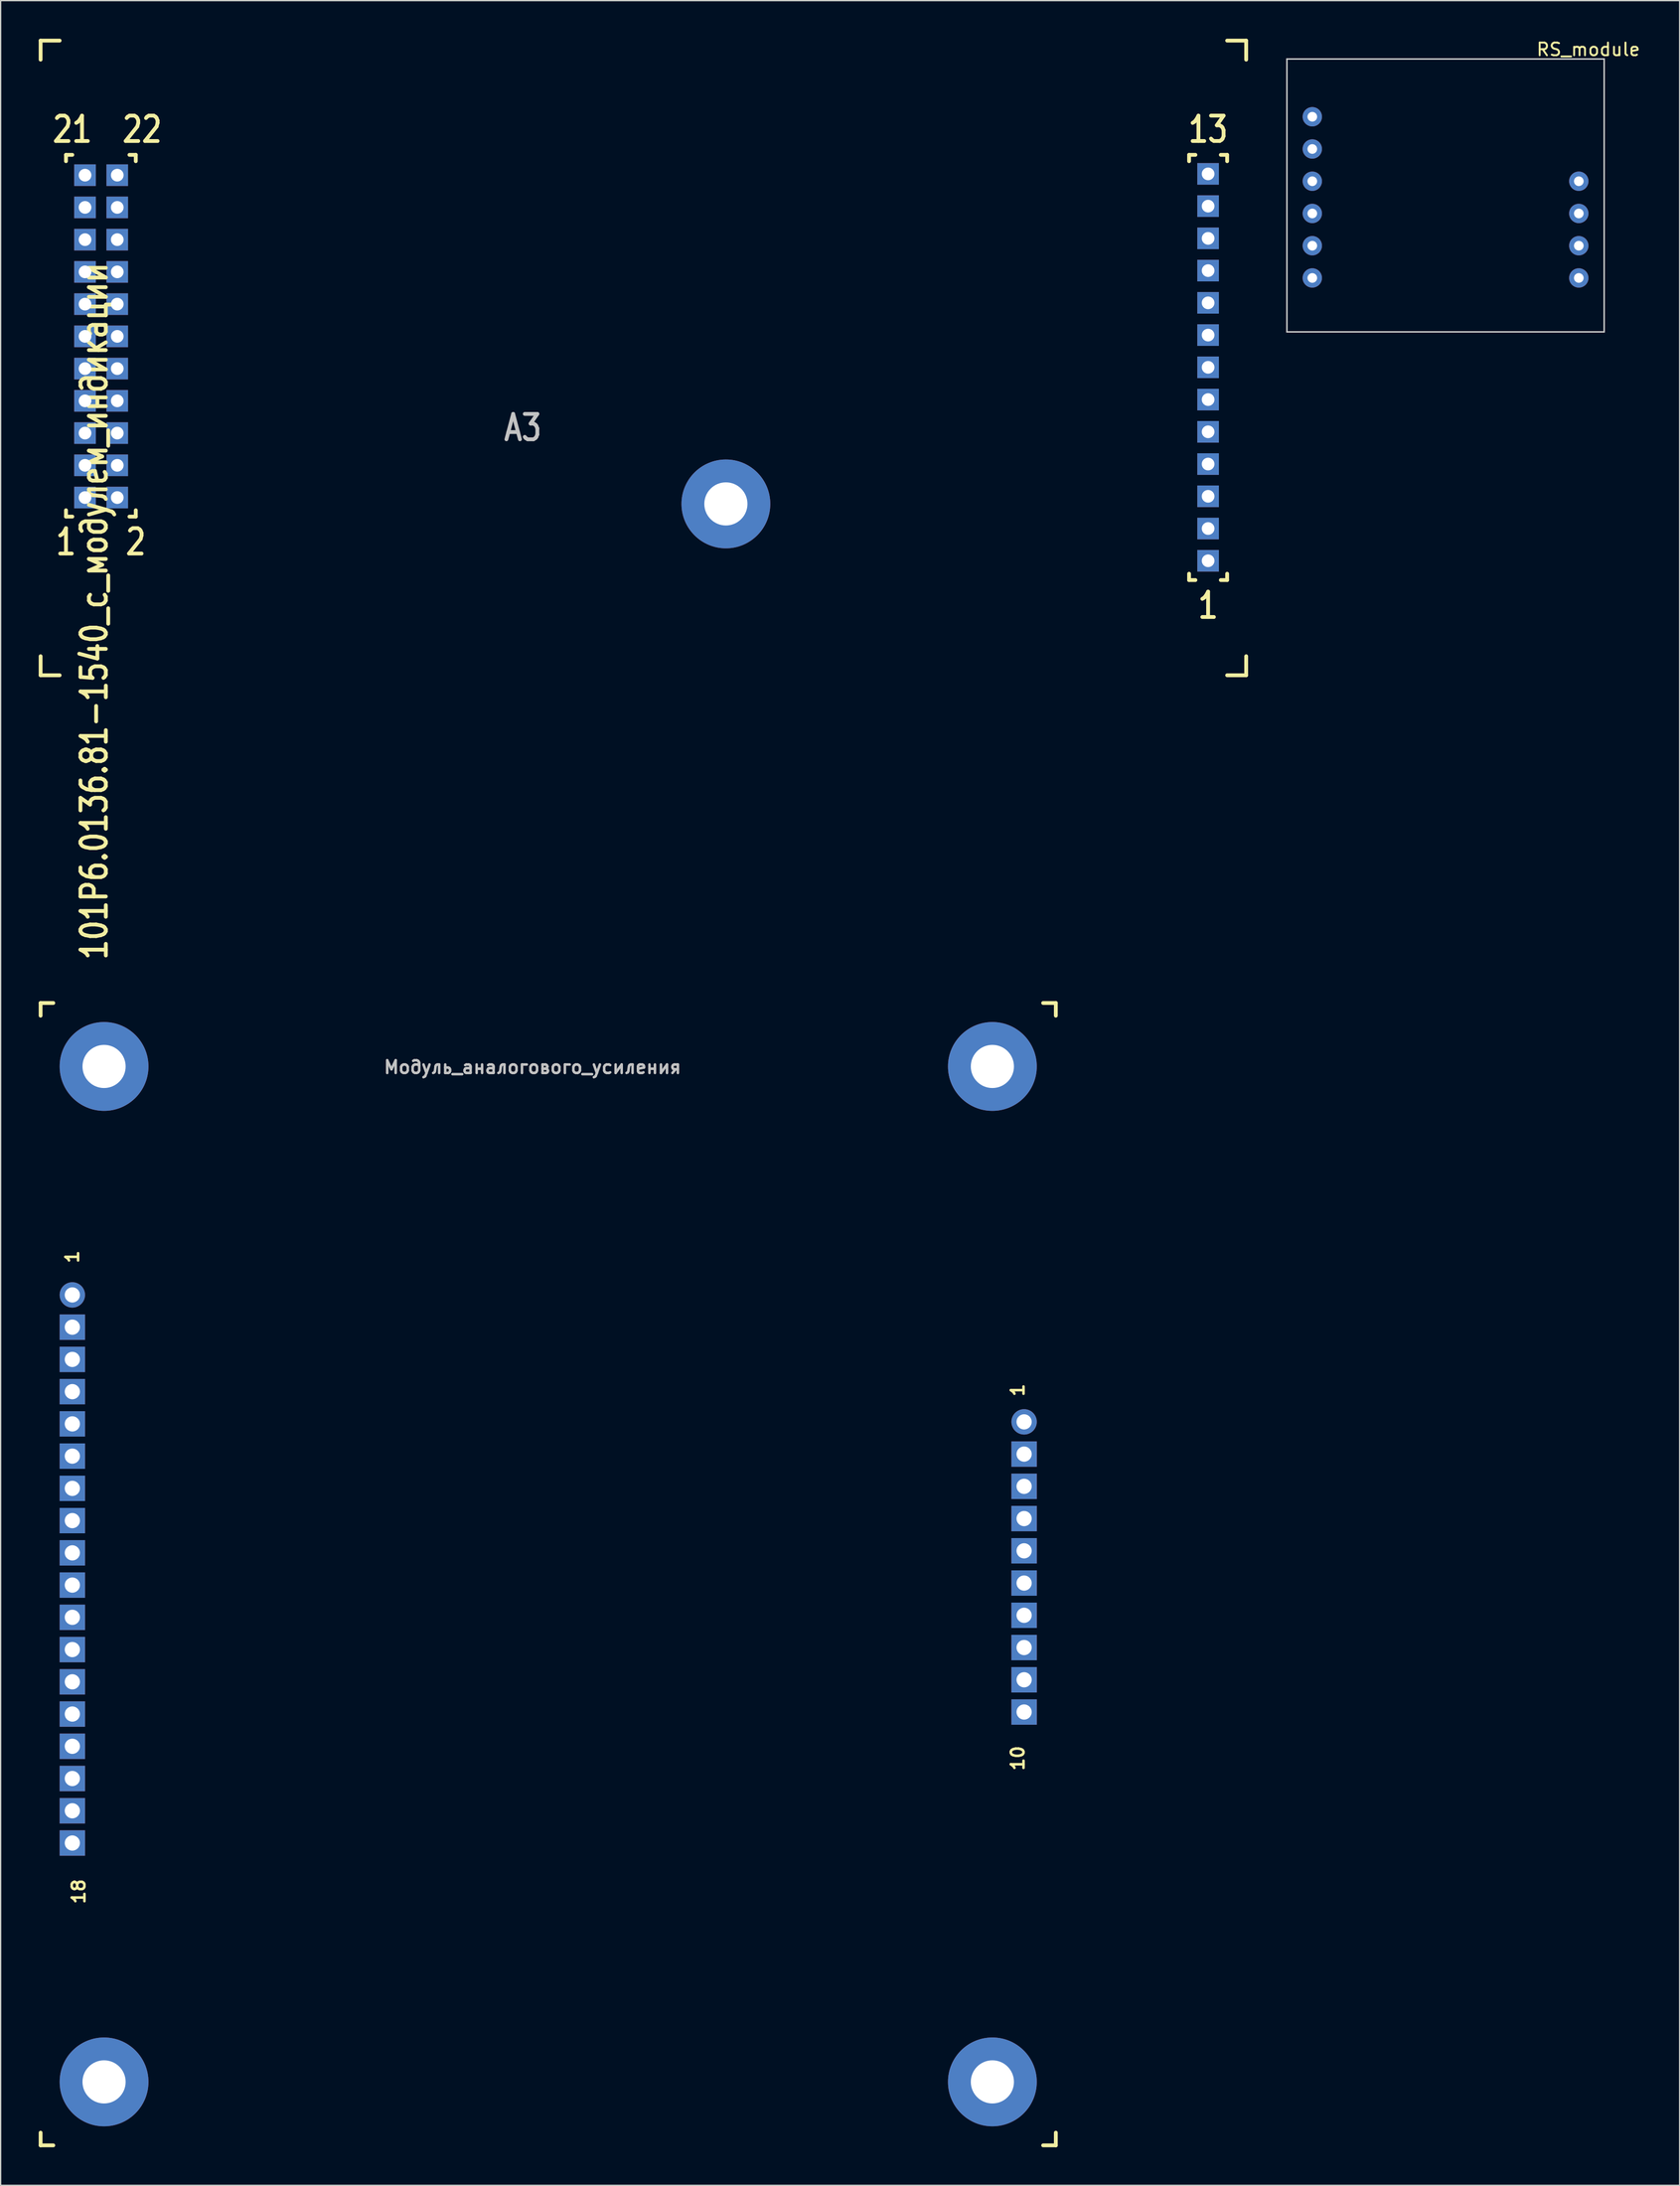
<source format=kicad_pcb>
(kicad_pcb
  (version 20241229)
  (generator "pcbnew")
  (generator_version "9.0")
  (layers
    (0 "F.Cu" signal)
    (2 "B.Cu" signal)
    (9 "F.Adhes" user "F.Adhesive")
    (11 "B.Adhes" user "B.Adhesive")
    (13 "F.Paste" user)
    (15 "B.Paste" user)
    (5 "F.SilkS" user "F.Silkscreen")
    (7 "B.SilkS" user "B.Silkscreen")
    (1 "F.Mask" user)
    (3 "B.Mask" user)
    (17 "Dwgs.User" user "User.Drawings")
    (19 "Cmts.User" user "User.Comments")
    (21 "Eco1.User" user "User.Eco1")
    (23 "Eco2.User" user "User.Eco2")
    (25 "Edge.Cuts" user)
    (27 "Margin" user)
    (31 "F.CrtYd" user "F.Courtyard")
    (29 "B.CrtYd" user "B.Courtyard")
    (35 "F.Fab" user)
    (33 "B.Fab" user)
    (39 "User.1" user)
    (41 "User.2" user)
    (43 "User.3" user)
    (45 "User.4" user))
  (footprint "Модуль_аналогового_усиления"
    (layer "F.Cu")
    (at 2.65 98.969)
    (property "Reference" "Модуль_аналогового_усиления" (at 36.265 -17.94 0) (layer "Dwgs.User") (effects (font (size 1 1) (thickness 0.2))))
    (attr through_hole)
    (fp_line (start -2.5 -23) (end -1.5 -23) (stroke (width 0.3) (type solid)) (layer "F.SilkS"))
    (fp_line (start -2.5 -22) (end -2.5 -23) (stroke (width 0.3) (type solid)) (layer "F.SilkS"))
    (fp_line (start -2.5 67) (end -2.5 66) (stroke (width 0.3) (type solid)) (layer "F.SilkS"))
    (fp_line (start -1.5 67) (end -2.5 67) (stroke (width 0.3) (type solid)) (layer "F.SilkS"))
    (fp_line (start 76.5 -23) (end 77.5 -23) (stroke (width 0.3) (type solid)) (layer "F.SilkS"))
    (fp_line (start 76.5 67) (end 77.5 67) (stroke (width 0.3) (type solid)) (layer "F.SilkS"))
    (fp_line (start 77.5 -23) (end 77.5 -22) (stroke (width 0.3) (type solid)) (layer "F.SilkS"))
    (fp_line (start 77.5 67) (end 77.5 66) (stroke (width 0.3) (type solid)) (layer "F.SilkS"))
    (fp_text user "1" (at 74.5 7.5 90) (layer "F.SilkS") (effects (font (size 1 1) (thickness 0.2))))
    (fp_text user "1" (at 0 -3 90) (layer "F.SilkS") (effects (font (size 1 1) (thickness 0.2))))
    (fp_text user "18" (at 0.5 47 90) (layer "F.SilkS") (effects (font (size 1 1) (thickness 0.2))))
    (fp_text user "10" (at 74.5 36.5 90) (layer "F.SilkS") (effects (font (size 1 1) (thickness 0.2))))
    (pad "" thru_hole circle (at 2.5 -18) (size 7 7) (drill 3.4) (layers "*.Cu" "*.Mask"))
    (pad "" thru_hole circle (at 2.5 62) (size 7 7) (drill 3.4) (layers "*.Cu" "*.Mask"))
    (pad "" thru_hole circle (at 72.5 -18) (size 7 7) (drill 3.4) (layers "*.Cu" "*.Mask"))
    (pad "" thru_hole circle (at 72.5 62) (size 7 7) (drill 3.4) (layers "*.Cu" "*.Mask"))
    (pad "1" thru_hole rect (at 0 2.54) (size 2 2) (drill 1.2) (layers "*.Cu" "*.Mask"))
    (pad "2" thru_hole circle (at 0 0) (size 2 2) (drill 1.2) (layers "*.Cu" "*.Mask"))
    (pad "3" thru_hole rect (at 0 7.62) (size 2 2) (drill 1.2) (layers "*.Cu" "*.Mask"))
    (pad "4" thru_hole rect (at 0 5.08) (size 2 2) (drill 1.2) (layers "*.Cu" "*.Mask"))
    (pad "5" thru_hole rect (at 0 12.7) (size 2 2) (drill 1.2) (layers "*.Cu" "*.Mask"))
    (pad "6" thru_hole rect (at 0 10.16) (size 2 2) (drill 1.2) (layers "*.Cu" "*.Mask"))
    (pad "7" thru_hole rect (at 0 17.78) (size 2 2) (drill 1.2) (layers "*.Cu" "*.Mask"))
    (pad "8" thru_hole rect (at 0 15.24) (size 2 2) (drill 1.2) (layers "*.Cu" "*.Mask"))
    (pad "9" thru_hole rect (at 0 22.86) (size 2 2) (drill 1.2) (layers "*.Cu" "*.Mask"))
    (pad "10" thru_hole rect (at 0 20.32) (size 2 2) (drill 1.2) (layers "*.Cu" "*.Mask"))
    (pad "11" thru_hole rect (at 0 27.94) (size 2 2) (drill 1.2) (layers "*.Cu" "*.Mask"))
    (pad "12" thru_hole rect (at 0 25.4) (size 2 2) (drill 1.2) (layers "*.Cu" "*.Mask"))
    (pad "13" thru_hole rect (at 0 33.02) (size 2 2) (drill 1.2) (layers "*.Cu" "*.Mask"))
    (pad "14" thru_hole rect (at 0 30.48) (size 2 2) (drill 1.2) (layers "*.Cu" "*.Mask"))
    (pad "15" thru_hole rect (at 0 38.1) (size 2 2) (drill 1.2) (layers "*.Cu" "*.Mask"))
    (pad "16" thru_hole rect (at 0 35.56) (size 2 2) (drill 1.2) (layers "*.Cu" "*.Mask"))
    (pad "17" thru_hole rect (at 0 43.18) (size 2 2) (drill 1.2) (layers "*.Cu" "*.Mask"))
    (pad "18" thru_hole rect (at 0 40.64) (size 2 2) (drill 1.2) (layers "*.Cu" "*.Mask"))
    (pad "19" thru_hole circle (at 75 10) (size 2 2) (drill 1.2) (layers "*.Cu" "*.Mask"))
    (pad "20" thru_hole rect (at 75 12.54) (size 2 2) (drill 1.2) (layers "*.Cu" "*.Mask"))
    (pad "21" thru_hole rect (at 75 15.08) (size 2 2) (drill 1.2) (layers "*.Cu" "*.Mask"))
    (pad "22" thru_hole rect (at 75 17.62) (size 2 2) (drill 1.2) (layers "*.Cu" "*.Mask"))
    (pad "23" thru_hole rect (at 75 20.16) (size 2 2) (drill 1.2) (layers "*.Cu" "*.Mask"))
    (pad "24" thru_hole rect (at 75 22.7) (size 2 2) (drill 1.2) (layers "*.Cu" "*.Mask"))
    (pad "25" thru_hole rect (at 75 25.24) (size 2 2) (drill 1.2) (layers "*.Cu" "*.Mask"))
    (pad "26" thru_hole rect (at 75 27.78) (size 2 2) (drill 1.2) (layers "*.Cu" "*.Mask"))
    (pad "27" thru_hole rect (at 75 30.32) (size 2 2) (drill 1.2) (layers "*.Cu" "*.Mask"))
    (pad "28" thru_hole rect (at 75 32.86) (size 2 2) (drill 1.2) (layers "*.Cu" "*.Mask")))
  (footprint "RS_module"
    (layer "F.Cu")
    (at 100.36 18.848)
    (property "Reference" "RS_module" (at 21.75 -18 0) (layer "F.SilkS") (effects (font (size 1 1) (thickness 0.15))))
    (attr through_hole)
    (fp_line (start -2 -17.25) (end -2 4.25) (stroke (width 0.12) (type solid)) (layer "Dwgs.User"))
    (fp_line (start -2 4.25) (end 23 4.25) (stroke (width 0.12) (type solid)) (layer "Dwgs.User"))
    (fp_line (start 23 -17.25) (end -2 -17.25) (stroke (width 0.12) (type solid)) (layer "Dwgs.User"))
    (fp_line (start 23 4.25) (end 23 -17.25) (stroke (width 0.12) (type solid)) (layer "Dwgs.User"))
    (pad "1" thru_hole circle (at 0 0) (size 1.524 1.524) (drill 0.762) (layers "*.Cu" "*.Mask"))
    (pad "2" thru_hole circle (at 0 -2.54) (size 1.524 1.524) (drill 0.762) (layers "*.Cu" "*.Mask"))
    (pad "3" thru_hole circle (at 0 -5.08) (size 1.524 1.524) (drill 0.762) (layers "*.Cu" "*.Mask"))
    (pad "4" thru_hole circle (at 0 -7.62) (size 1.524 1.524) (drill 0.762) (layers "*.Cu" "*.Mask"))
    (pad "5" thru_hole circle (at 0 -10.16) (size 1.524 1.524) (drill 0.762) (layers "*.Cu" "*.Mask"))
    (pad "6" thru_hole circle (at 0 -12.7) (size 1.524 1.524) (drill 0.762) (layers "*.Cu" "*.Mask"))
    (pad "7" thru_hole circle (at 21 0) (size 1.524 1.524) (drill 0.762) (layers "*.Cu" "*.Mask"))
    (pad "8" thru_hole circle (at 21 -2.54) (size 1.524 1.524) (drill 0.762) (layers "*.Cu" "*.Mask"))
    (pad "9" thru_hole circle (at 21 -5.08) (size 1.524 1.524) (drill 0.762) (layers "*.Cu" "*.Mask"))
    (pad "10" thru_hole circle (at 21 -7.62) (size 1.524 1.524) (drill 0.762) (layers "*.Cu" "*.Mask")))
  (footprint "101P6.0136.81-1540_с_модулем_индикации"
    (layer "F.Cu")
    (at 3.65 36.15)
    (property "Reference" "101P6.0136.81-1540_с_модулем_индикации" (at 0.73 8.95 90) (layer "F.SilkS") (effects (font (size 2 1.6) (thickness 0.3))))
    (attr through_hole)
    (fp_line (start -3.5 -36) (end -3.5 -34.5) (stroke (width 0.3) (type solid)) (layer "F.SilkS"))
    (fp_line (start -3.5 -36) (end -2 -36) (stroke (width 0.3) (type solid)) (layer "F.SilkS"))
    (fp_line (start -3.5 14) (end -3.5 12.5) (stroke (width 0.3) (type solid)) (layer "F.SilkS"))
    (fp_line (start -3.5 14) (end -2 14) (stroke (width 0.3) (type solid)) (layer "F.SilkS"))
    (fp_line (start -1.5 -27) (end -1.5 -26.5) (stroke (width 0.3) (type solid)) (layer "F.SilkS"))
    (fp_line (start -1.5 1.5) (end -1.5 1) (stroke (width 0.3) (type solid)) (layer "F.SilkS"))
    (fp_line (start -1 -27) (end -1.5 -27) (stroke (width 0.3) (type solid)) (layer "F.SilkS"))
    (fp_line (start -1 1.5) (end -1.5 1.5) (stroke (width 0.3) (type solid)) (layer "F.SilkS"))
    (fp_line (start 3.5 -27) (end 4 -27) (stroke (width 0.3) (type solid)) (layer "F.SilkS"))
    (fp_line (start 3.5 1.5) (end 4 1.5) (stroke (width 0.3) (type solid)) (layer "F.SilkS"))
    (fp_line (start 4 -27) (end 4 -26.5) (stroke (width 0.3) (type solid)) (layer "F.SilkS"))
    (fp_line (start 4 1.5) (end 4 1) (stroke (width 0.3) (type solid)) (layer "F.SilkS"))
    (fp_line (start 87 -27) (end 87 -26.5) (stroke (width 0.3) (type solid)) (layer "F.SilkS"))
    (fp_line (start 87 6.5) (end 87 6) (stroke (width 0.3) (type solid)) (layer "F.SilkS"))
    (fp_line (start 87.5 -27) (end 87 -27) (stroke (width 0.3) (type solid)) (layer "F.SilkS"))
    (fp_line (start 87.5 6.5) (end 87 6.5) (stroke (width 0.3) (type solid)) (layer "F.SilkS"))
    (fp_line (start 89.5 -27) (end 90 -27) (stroke (width 0.3) (type solid)) (layer "F.SilkS"))
    (fp_line (start 89.5 6.5) (end 90 6.5) (stroke (width 0.3) (type solid)) (layer "F.SilkS"))
    (fp_line (start 90 -27) (end 90 -26.5) (stroke (width 0.3) (type solid)) (layer "F.SilkS"))
    (fp_line (start 90 6.5) (end 90 6) (stroke (width 0.3) (type solid)) (layer "F.SilkS"))
    (fp_line (start 91.5 -36) (end 90 -36) (stroke (width 0.3) (type solid)) (layer "F.SilkS"))
    (fp_line (start 91.5 -36) (end 91.5 -34.5) (stroke (width 0.3) (type solid)) (layer "F.SilkS"))
    (fp_line (start 91.5 14) (end 90 14) (stroke (width 0.3) (type solid)) (layer "F.SilkS"))
    (fp_line (start 91.5 14) (end 91.5 12.5) (stroke (width 0.3) (type solid)) (layer "F.SilkS"))
    (fp_text user "2" (at 4 3.5 180) (layer "F.SilkS") (effects (font (size 2 1.6) (thickness 0.3))))
    (fp_text user "21" (at -1 -29 180) (layer "F.SilkS") (effects (font (size 2 1.6) (thickness 0.3))))
    (fp_text user "13" (at 88.5 -29 180) (layer "F.SilkS") (effects (font (size 2 1.6) (thickness 0.3))))
    (fp_text user "1" (at -1.5 3.5 180) (layer "F.SilkS") (effects (font (size 2 1.6) (thickness 0.3))))
    (fp_text user "22" (at 4.5 -29 180) (layer "F.SilkS") (effects (font (size 2 1.6) (thickness 0.3))))
    (fp_text user "1" (at 88.5 8.5 180) (layer "F.SilkS") (effects (font (size 2 1.6) (thickness 0.3))))
    (fp_text user "A3" (at 34.5 -5.5 180) (layer "Dwgs.User") (effects (font (size 2 1.6) (thickness 0.3))))
    (pad "" thru_hole circle (at 50.5 0.5) (size 7 7) (drill 3.4) (layers "*.Cu" "*.Mask"))
    (pad "1" thru_hole rect (at 0 0) (size 1.7 1.7) (drill 1) (layers "*.Cu" "*.Mask"))
    (pad "2" thru_hole rect (at 2.54 0) (size 1.7 1.7) (drill 1) (layers "*.Cu" "*.Mask"))
    (pad "3" thru_hole rect (at 0 -2.54) (size 1.7 1.7) (drill 1) (layers "*.Cu" "*.Mask"))
    (pad "4" thru_hole rect (at 2.54 -2.54) (size 1.7 1.7) (drill 1) (layers "*.Cu" "*.Mask"))
    (pad "5" thru_hole rect (at 0 -5.08) (size 1.7 1.7) (drill 1) (layers "*.Cu" "*.Mask"))
    (pad "6" thru_hole rect (at 2.54 -5.08) (size 1.7 1.7) (drill 1) (layers "*.Cu" "*.Mask"))
    (pad "7" thru_hole rect (at 0 -7.62) (size 1.7 1.7) (drill 1) (layers "*.Cu" "*.Mask"))
    (pad "8" thru_hole rect (at 2.54 -7.62) (size 1.7 1.7) (drill 1) (layers "*.Cu" "*.Mask"))
    (pad "9" thru_hole rect (at 0 -10.16) (size 1.7 1.7) (drill 1) (layers "*.Cu" "*.Mask"))
    (pad "10" thru_hole rect (at 2.54 -10.16) (size 1.7 1.7) (drill 1) (layers "*.Cu" "*.Mask"))
    (pad "11" thru_hole rect (at 0 -12.7) (size 1.7 1.7) (drill 1) (layers "*.Cu" "*.Mask"))
    (pad "12" thru_hole rect (at 2.54 -12.7) (size 1.7 1.7) (drill 1) (layers "*.Cu" "*.Mask"))
    (pad "13" thru_hole rect (at 0 -15.24) (size 1.7 1.7) (drill 1) (layers "*.Cu" "*.Mask"))
    (pad "14" thru_hole rect (at 2.54 -15.24) (size 1.7 1.7) (drill 1) (layers "*.Cu" "*.Mask"))
    (pad "15" thru_hole rect (at 0 -17.78) (size 1.7 1.7) (drill 1) (layers "*.Cu" "*.Mask"))
    (pad "16" thru_hole rect (at 2.54 -17.78) (size 1.7 1.7) (drill 1) (layers "*.Cu" "*.Mask"))
    (pad "17" thru_hole rect (at 0 -20.32) (size 1.7 1.7) (drill 1) (layers "*.Cu" "*.Mask"))
    (pad "18" thru_hole rect (at 2.54 -20.32) (size 1.7 1.7) (drill 1) (layers "*.Cu" "*.Mask"))
    (pad "19" thru_hole rect (at 0 -22.86) (size 1.7 1.7) (drill 1) (layers "*.Cu" "*.Mask"))
    (pad "20" thru_hole rect (at 2.54 -22.86) (size 1.7 1.7) (drill 1) (layers "*.Cu" "*.Mask"))
    (pad "21" thru_hole rect (at 0 -25.4) (size 1.7 1.7) (drill 1) (layers "*.Cu" "*.Mask"))
    (pad "22" thru_hole rect (at 2.54 -25.4) (size 1.7 1.7) (drill 1) (layers "*.Cu" "*.Mask"))
    (pad "23" thru_hole rect (at 88.5 4.98) (size 1.7 1.7) (drill 1) (layers "*.Cu" "*.Mask"))
    (pad "24" thru_hole rect (at 88.5 2.44) (size 1.7 1.7) (drill 1) (layers "*.Cu" "*.Mask"))
    (pad "25" thru_hole rect (at 88.5 -0.1) (size 1.7 1.7) (drill 1) (layers "*.Cu" "*.Mask"))
    (pad "26" thru_hole rect (at 88.5 -2.64) (size 1.7 1.7) (drill 1) (layers "*.Cu" "*.Mask"))
    (pad "27" thru_hole rect (at 88.5 -5.18) (size 1.7 1.7) (drill 1) (layers "*.Cu" "*.Mask"))
    (pad "28" thru_hole rect (at 88.5 -7.72) (size 1.7 1.7) (drill 1) (layers "*.Cu" "*.Mask"))
    (pad "29" thru_hole rect (at 88.5 -10.26) (size 1.7 1.7) (drill 1) (layers "*.Cu" "*.Mask"))
    (pad "30" thru_hole rect (at 88.5 -12.8) (size 1.7 1.7) (drill 1) (layers "*.Cu" "*.Mask"))
    (pad "31" thru_hole rect (at 88.5 -15.34) (size 1.7 1.7) (drill 1) (layers "*.Cu" "*.Mask"))
    (pad "32" thru_hole rect (at 88.5 -17.88) (size 1.7 1.7) (drill 1) (layers "*.Cu" "*.Mask"))
    (pad "33" thru_hole rect (at 88.5 -20.42) (size 1.7 1.7) (drill 1) (layers "*.Cu" "*.Mask"))
    (pad "34" thru_hole rect (at 88.5 -22.96) (size 1.7 1.7) (drill 1) (layers "*.Cu" "*.Mask"))
    (pad "35" thru_hole rect (at 88.5 -25.5) (size 1.7 1.7) (drill 1) (layers "*.Cu" "*.Mask")))
  (gr_rect
    (start -3 -3)
    (end 129.306 169.119)
    (stroke (width 0.1) (type default))
    (fill no)
    (layer "Edge.Cuts")))
</source>
